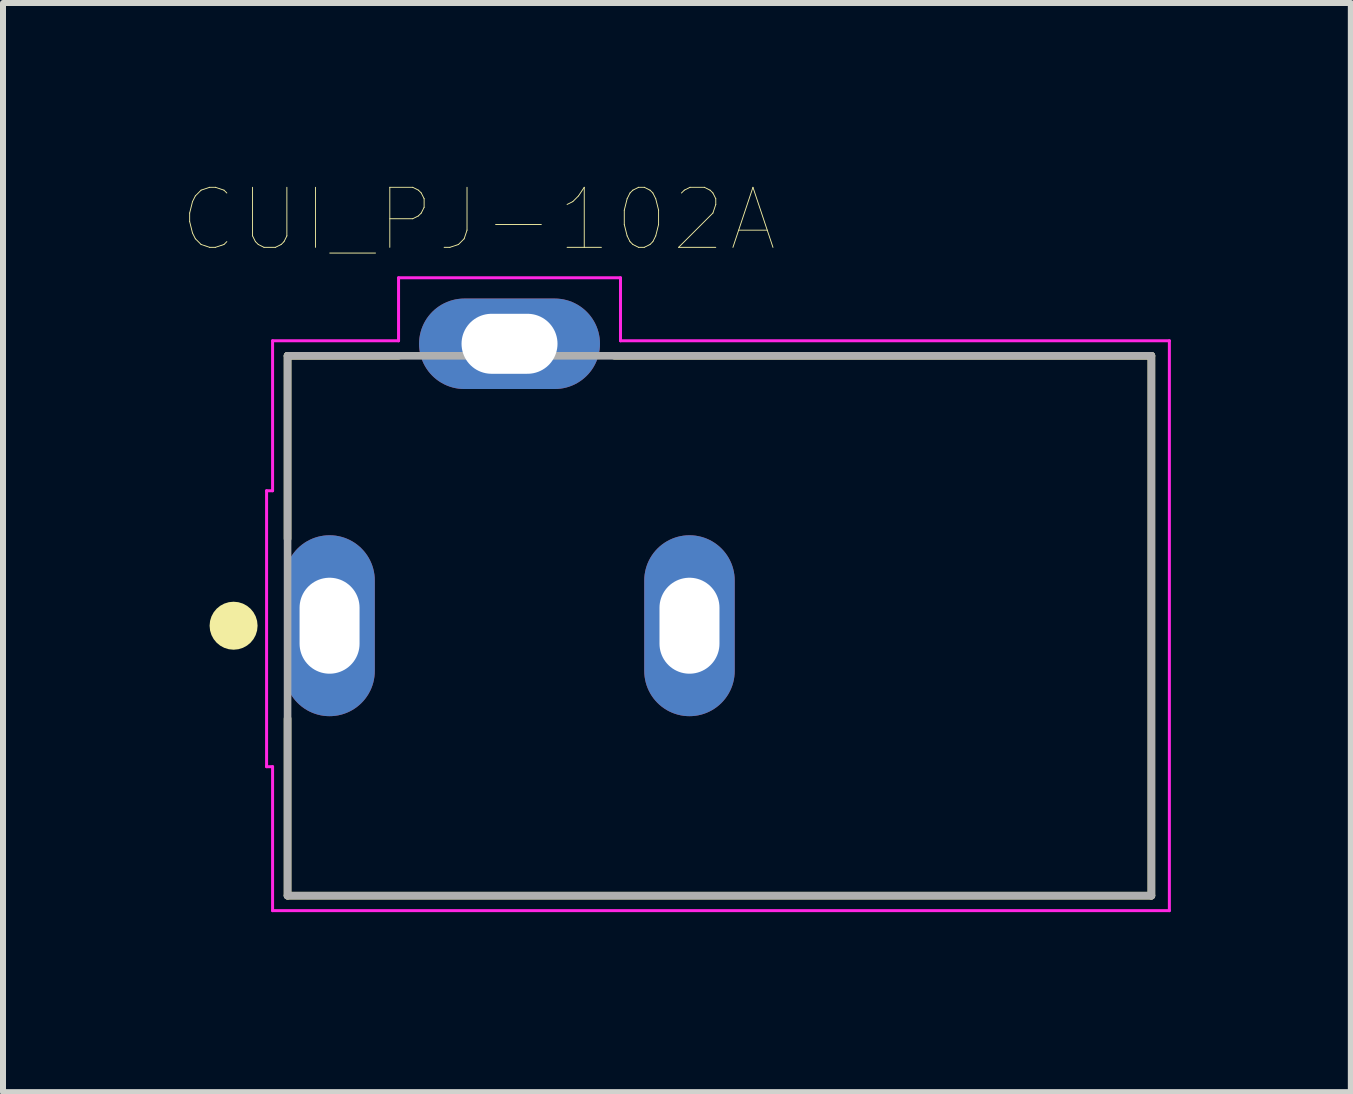
<source format=kicad_pcb>
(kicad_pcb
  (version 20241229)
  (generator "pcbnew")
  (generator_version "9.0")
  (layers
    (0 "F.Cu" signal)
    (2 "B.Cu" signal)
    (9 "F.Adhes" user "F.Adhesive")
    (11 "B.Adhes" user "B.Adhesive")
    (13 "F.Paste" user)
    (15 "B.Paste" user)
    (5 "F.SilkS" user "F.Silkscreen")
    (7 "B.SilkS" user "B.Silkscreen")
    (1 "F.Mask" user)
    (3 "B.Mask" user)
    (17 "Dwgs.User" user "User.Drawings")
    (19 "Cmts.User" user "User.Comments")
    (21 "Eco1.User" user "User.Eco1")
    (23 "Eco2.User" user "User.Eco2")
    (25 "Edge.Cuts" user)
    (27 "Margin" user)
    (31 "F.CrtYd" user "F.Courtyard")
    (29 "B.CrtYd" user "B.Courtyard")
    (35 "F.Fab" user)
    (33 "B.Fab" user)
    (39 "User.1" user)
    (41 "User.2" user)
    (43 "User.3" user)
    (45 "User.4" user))
  (footprint "CUI_PJ-102A"
    (layer "F.Cu")
    (at 8.944 7.381)
    (property "Reference" "CUI_PJ-102A" (at -4.018 -6.77 0) (layer "F.SilkS") (effects (font (size 1.001 1.001) (thickness 0.015))))
    (attr through_hole)
    (fp_line (start -7.2 -4.5) (end -5.35 -4.5) (stroke (width 0.127) (type solid)) (layer "F.SilkS"))
    (fp_line (start -7.2 -1.45) (end -7.2 -4.5) (stroke (width 0.127) (type solid)) (layer "F.SilkS"))
    (fp_line (start -7.2 4.5) (end -7.2 1.55) (stroke (width 0.127) (type solid)) (layer "F.SilkS"))
    (fp_line (start -1.75 -4.5) (end 7.2 -4.5) (stroke (width 0.127) (type solid)) (layer "F.SilkS"))
    (fp_line (start 7.2 -4.5) (end 7.2 4.5) (stroke (width 0.127) (type solid)) (layer "F.SilkS"))
    (fp_line (start 7.2 4.5) (end -7.2 4.5) (stroke (width 0.127) (type solid)) (layer "F.SilkS"))
    (fp_circle (center -8.1 0) (end -7.9 0) (stroke (width 0.4) (type solid)) (fill no) (layer "F.SilkS"))
    (fp_line (start -7.55 -2.25) (end -7.55 2.35) (stroke (width 0.05) (type solid)) (layer "F.CrtYd"))
    (fp_line (start -7.55 2.35) (end -7.45 2.35) (stroke (width 0.05) (type solid)) (layer "F.CrtYd"))
    (fp_line (start -7.45 -4.75) (end -5.35 -4.75) (stroke (width 0.05) (type solid)) (layer "F.CrtYd"))
    (fp_line (start -7.45 -2.25) (end -7.55 -2.25) (stroke (width 0.05) (type solid)) (layer "F.CrtYd"))
    (fp_line (start -7.45 -2.25) (end -7.45 -4.75) (stroke (width 0.05) (type solid)) (layer "F.CrtYd"))
    (fp_line (start -7.45 4.75) (end -7.45 2.35) (stroke (width 0.05) (type solid)) (layer "F.CrtYd"))
    (fp_line (start -5.35 -5.8) (end -1.65 -5.8) (stroke (width 0.05) (type solid)) (layer "F.CrtYd"))
    (fp_line (start -5.35 -4.75) (end -5.35 -5.8) (stroke (width 0.05) (type solid)) (layer "F.CrtYd"))
    (fp_line (start -1.65 -5.8) (end -1.65 -4.75) (stroke (width 0.05) (type solid)) (layer "F.CrtYd"))
    (fp_line (start -1.65 -4.75) (end 7.5 -4.75) (stroke (width 0.05) (type solid)) (layer "F.CrtYd"))
    (fp_line (start 7.5 -4.75) (end 7.5 4.75) (stroke (width 0.05) (type solid)) (layer "F.CrtYd"))
    (fp_line (start 7.5 4.75) (end -7.45 4.75) (stroke (width 0.05) (type solid)) (layer "F.CrtYd"))
    (fp_line (start -7.2 -4.5) (end 7.2 -4.5) (stroke (width 0.127) (type solid)) (layer "F.Fab"))
    (fp_line (start -7.2 4.5) (end -7.2 -4.5) (stroke (width 0.127) (type solid)) (layer "F.Fab"))
    (fp_line (start 7.2 -4.5) (end 7.2 4.5) (stroke (width 0.127) (type solid)) (layer "F.Fab"))
    (fp_line (start 7.2 4.5) (end -7.2 4.5) (stroke (width 0.127) (type solid)) (layer "F.Fab"))
    (pad "1" thru_hole oval (at -6.5 0) (size 1.508 3.016) (drill oval 1 1.6) (layers "*.Cu" "*.Mask"))
    (pad "2" thru_hole oval (at -0.5 0) (size 1.508 3.016) (drill oval 1 1.6) (layers "*.Cu" "*.Mask"))
    (pad "3" thru_hole oval (at -3.5 -4.7) (size 3.016 1.508) (drill oval 1.6 1) (layers "*.Cu" "*.Mask")))
  (gr_rect
    (start -3 -3)
    (end 19.469 15.156)
    (stroke (width 0.1) (type default))
    (fill no)
    (layer "Edge.Cuts")))
</source>
